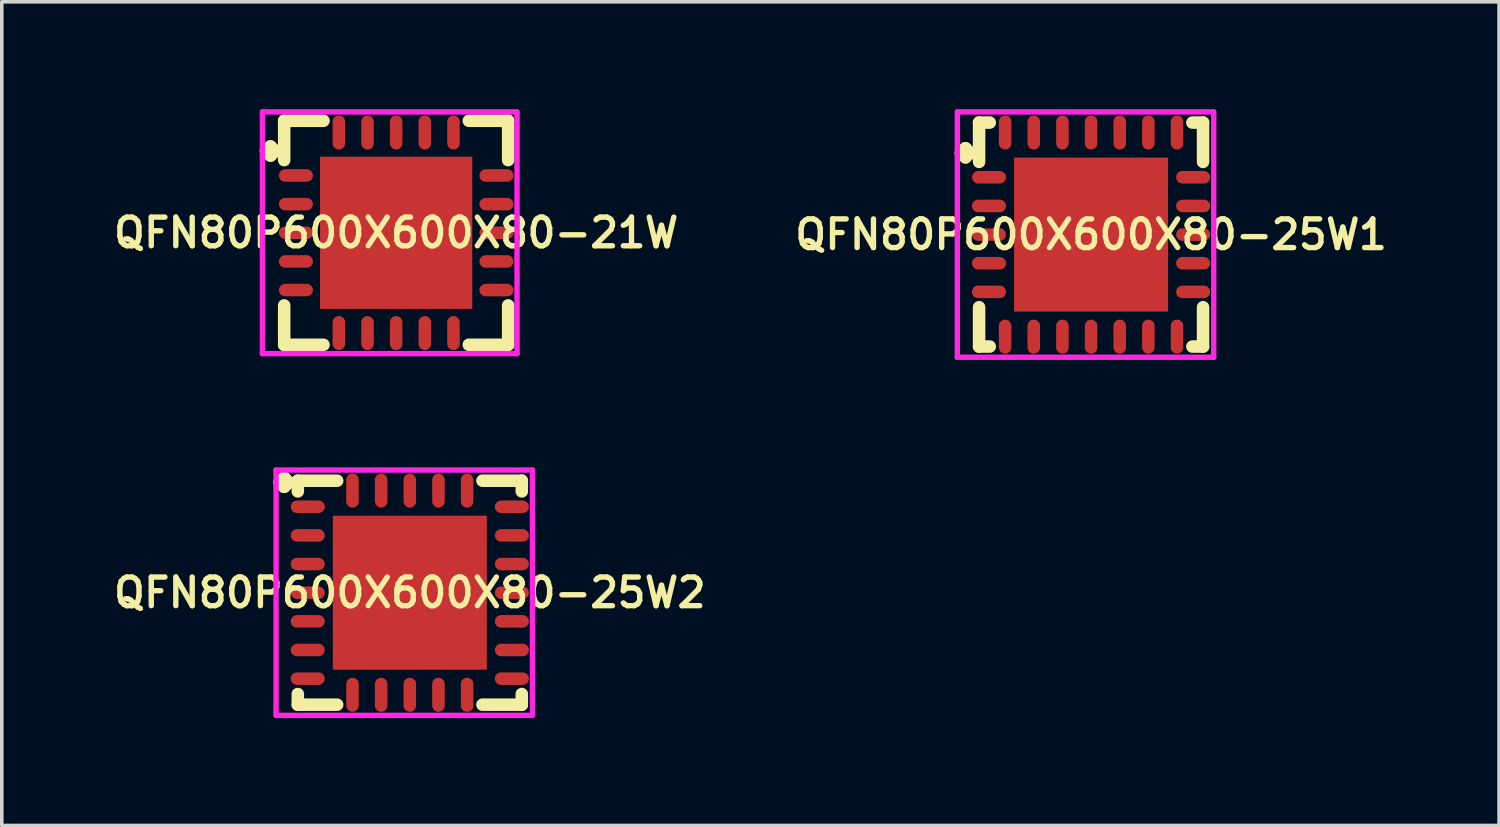
<source format=kicad_pcb>
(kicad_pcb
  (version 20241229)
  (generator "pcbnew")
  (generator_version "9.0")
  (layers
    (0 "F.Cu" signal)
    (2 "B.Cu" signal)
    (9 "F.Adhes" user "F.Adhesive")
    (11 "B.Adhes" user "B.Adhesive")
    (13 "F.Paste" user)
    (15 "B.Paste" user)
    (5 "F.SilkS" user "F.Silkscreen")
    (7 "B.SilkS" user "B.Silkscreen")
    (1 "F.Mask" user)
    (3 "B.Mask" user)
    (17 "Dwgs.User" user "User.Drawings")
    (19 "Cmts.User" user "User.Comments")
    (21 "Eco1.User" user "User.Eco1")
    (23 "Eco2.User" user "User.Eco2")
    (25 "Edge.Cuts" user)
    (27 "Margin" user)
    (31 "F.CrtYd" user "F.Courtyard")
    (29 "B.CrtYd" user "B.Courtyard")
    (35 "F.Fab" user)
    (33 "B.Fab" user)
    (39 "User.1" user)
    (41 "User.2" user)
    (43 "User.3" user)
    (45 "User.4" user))
  (footprint "QFN80P600X600X80-21W"
    (layer "F.Cu")
    (at 8.012 3.45)
    (property "Reference" "QFN80P600X600X80-21W" (at 0 0 0) (layer "F.SilkS") (effects (font (size 0.8 0.8) (thickness 0.15))))
    (attr smd)
    (fp_line (start -3.635 -2.283) (end -3.508 -2.41) (stroke (width 0.35) (type solid)) (layer "F.SilkS"))
    (fp_line (start -3.508 -2.41) (end -3.381 -2.283) (stroke (width 0.35) (type solid)) (layer "F.SilkS"))
    (fp_line (start -3.508 -2.156) (end -3.635 -2.283) (stroke (width 0.35) (type solid)) (layer "F.SilkS"))
    (fp_line (start -3.381 -2.283) (end -3.508 -2.156) (stroke (width 0.35) (type solid)) (layer "F.SilkS"))
    (fp_line (start -3.127 -3.127) (end -2.029 -3.127) (stroke (width 0.35) (type solid)) (layer "F.SilkS"))
    (fp_line (start -3.127 -2.029) (end -3.127 -3.127) (stroke (width 0.35) (type solid)) (layer "F.SilkS"))
    (fp_line (start -3.127 2.029) (end -3.127 3.127) (stroke (width 0.35) (type solid)) (layer "F.SilkS"))
    (fp_line (start -3.127 3.127) (end -2.029 3.127) (stroke (width 0.35) (type solid)) (layer "F.SilkS"))
    (fp_line (start 2.029 -3.127) (end 3.127 -3.127) (stroke (width 0.35) (type solid)) (layer "F.SilkS"))
    (fp_line (start 2.029 3.127) (end 3.127 3.127) (stroke (width 0.35) (type solid)) (layer "F.SilkS"))
    (fp_line (start 3.127 -3.127) (end 3.127 -2.029) (stroke (width 0.35) (type solid)) (layer "F.SilkS"))
    (fp_line (start 3.127 3.127) (end 3.127 2.029) (stroke (width 0.35) (type solid)) (layer "F.SilkS"))
    (fp_line (start -3.735 -3.375) (end 3.375 -3.375) (stroke (width 0.15) (type solid)) (layer "F.CrtYd"))
    (fp_line (start -3.735 3.375) (end -3.735 -3.375) (stroke (width 0.15) (type solid)) (layer "F.CrtYd"))
    (fp_line (start 3.375 -3.375) (end 3.375 3.375) (stroke (width 0.15) (type solid)) (layer "F.CrtYd"))
    (fp_line (start 3.375 3.375) (end -3.735 3.375) (stroke (width 0.15) (type solid)) (layer "F.CrtYd"))
    (pad "1" smd oval (at -2.8 -1.6) (size 0.95 0.35) (layers "F.Cu" "F.Mask" "F.Paste"))
    (pad "2" smd oval (at -2.8 -0.8) (size 0.95 0.35) (layers "F.Cu" "F.Mask" "F.Paste"))
    (pad "3" smd oval (at -2.8 0) (size 0.95 0.35) (layers "F.Cu" "F.Mask" "F.Paste"))
    (pad "4" smd oval (at -2.8 0.8) (size 0.95 0.35) (layers "F.Cu" "F.Mask" "F.Paste"))
    (pad "5" smd oval (at -2.8 1.6) (size 0.95 0.35) (layers "F.Cu" "F.Mask" "F.Paste"))
    (pad "6" smd oval (at -1.6 2.8) (size 0.35 0.95) (layers "F.Cu" "F.Mask" "F.Paste"))
    (pad "7" smd oval (at -0.8 2.8) (size 0.35 0.95) (layers "F.Cu" "F.Mask" "F.Paste"))
    (pad "8" smd oval (at 0 2.8) (size 0.35 0.95) (layers "F.Cu" "F.Mask" "F.Paste"))
    (pad "9" smd oval (at 0.8 2.8) (size 0.35 0.95) (layers "F.Cu" "F.Mask" "F.Paste"))
    (pad "10" smd oval (at 1.6 2.8) (size 0.35 0.95) (layers "F.Cu" "F.Mask" "F.Paste"))
    (pad "11" smd oval (at 2.8 1.6) (size 0.95 0.35) (layers "F.Cu" "F.Mask" "F.Paste"))
    (pad "12" smd oval (at 2.8 0.8) (size 0.95 0.35) (layers "F.Cu" "F.Mask" "F.Paste"))
    (pad "13" smd oval (at 2.8 0) (size 0.95 0.35) (layers "F.Cu" "F.Mask" "F.Paste"))
    (pad "14" smd oval (at 2.8 -0.8) (size 0.95 0.35) (layers "F.Cu" "F.Mask" "F.Paste"))
    (pad "15" smd oval (at 2.8 -1.6) (size 0.95 0.35) (layers "F.Cu" "F.Mask" "F.Paste"))
    (pad "16" smd oval (at 1.6 -2.8) (size 0.35 0.95) (layers "F.Cu" "F.Mask" "F.Paste"))
    (pad "17" smd oval (at 0.8 -2.8) (size 0.35 0.95) (layers "F.Cu" "F.Mask" "F.Paste"))
    (pad "18" smd oval (at 0 -2.8) (size 0.35 0.95) (layers "F.Cu" "F.Mask" "F.Paste"))
    (pad "19" smd oval (at -0.8 -2.8) (size 0.35 0.95) (layers "F.Cu" "F.Mask" "F.Paste"))
    (pad "20" smd oval (at -1.6 -2.8) (size 0.35 0.95) (layers "F.Cu" "F.Mask" "F.Paste"))
    (pad "21" smd rect (at 0 0) (size 4.25 4.25) (layers "F.Cu" "F.Mask" "F.Paste")))
  (footprint "QFN80P600X600X80-25W1"
    (layer "F.Cu")
    (at 27.416 3.5)
    (property "Reference" "QFN80P600X600X80-25W1" (at 0 0 0) (layer "F.SilkS") (effects (font (size 0.8 0.8) (thickness 0.15))))
    (attr smd)
    (fp_line (start -3.635 -2.283) (end -3.508 -2.41) (stroke (width 0.35) (type solid)) (layer "F.SilkS"))
    (fp_line (start -3.508 -2.41) (end -3.381 -2.283) (stroke (width 0.35) (type solid)) (layer "F.SilkS"))
    (fp_line (start -3.508 -2.156) (end -3.635 -2.283) (stroke (width 0.35) (type solid)) (layer "F.SilkS"))
    (fp_line (start -3.381 -2.283) (end -3.508 -2.156) (stroke (width 0.35) (type solid)) (layer "F.SilkS"))
    (fp_line (start -3.127 -3.127) (end -2.829 -3.127) (stroke (width 0.35) (type solid)) (layer "F.SilkS"))
    (fp_line (start -3.127 -2.029) (end -3.127 -3.127) (stroke (width 0.35) (type solid)) (layer "F.SilkS"))
    (fp_line (start -3.127 2.029) (end -3.127 3.127) (stroke (width 0.35) (type solid)) (layer "F.SilkS"))
    (fp_line (start -3.127 3.127) (end -2.829 3.127) (stroke (width 0.35) (type solid)) (layer "F.SilkS"))
    (fp_line (start 2.829 -3.127) (end 3.127 -3.127) (stroke (width 0.35) (type solid)) (layer "F.SilkS"))
    (fp_line (start 2.829 3.127) (end 3.127 3.127) (stroke (width 0.35) (type solid)) (layer "F.SilkS"))
    (fp_line (start 3.127 -3.127) (end 3.127 -2.029) (stroke (width 0.35) (type solid)) (layer "F.SilkS"))
    (fp_line (start 3.127 3.127) (end 3.127 2.029) (stroke (width 0.35) (type solid)) (layer "F.SilkS"))
    (fp_line (start -3.735 -3.425) (end 3.425 -3.425) (stroke (width 0.15) (type solid)) (layer "F.CrtYd"))
    (fp_line (start -3.735 3.425) (end -3.735 -3.425) (stroke (width 0.15) (type solid)) (layer "F.CrtYd"))
    (fp_line (start 3.425 -3.425) (end 3.425 3.425) (stroke (width 0.15) (type solid)) (layer "F.CrtYd"))
    (fp_line (start 3.425 3.425) (end -3.735 3.425) (stroke (width 0.15) (type solid)) (layer "F.CrtYd"))
    (pad "1" smd oval (at -2.85 -1.6) (size 0.95 0.35) (layers "F.Cu" "F.Mask" "F.Paste"))
    (pad "2" smd oval (at -2.85 -0.8) (size 0.95 0.35) (layers "F.Cu" "F.Mask" "F.Paste"))
    (pad "3" smd oval (at -2.85 0) (size 0.95 0.35) (layers "F.Cu" "F.Mask" "F.Paste"))
    (pad "4" smd oval (at -2.85 0.8) (size 0.95 0.35) (layers "F.Cu" "F.Mask" "F.Paste"))
    (pad "5" smd oval (at -2.85 1.6) (size 0.95 0.35) (layers "F.Cu" "F.Mask" "F.Paste"))
    (pad "6" smd oval (at -2.4 2.85) (size 0.35 0.95) (layers "F.Cu" "F.Mask" "F.Paste"))
    (pad "7" smd oval (at -1.6 2.85) (size 0.35 0.95) (layers "F.Cu" "F.Mask" "F.Paste"))
    (pad "8" smd oval (at -0.8 2.85) (size 0.35 0.95) (layers "F.Cu" "F.Mask" "F.Paste"))
    (pad "9" smd oval (at 0 2.85) (size 0.35 0.95) (layers "F.Cu" "F.Mask" "F.Paste"))
    (pad "10" smd oval (at 0.8 2.85) (size 0.35 0.95) (layers "F.Cu" "F.Mask" "F.Paste"))
    (pad "11" smd oval (at 1.6 2.85) (size 0.35 0.95) (layers "F.Cu" "F.Mask" "F.Paste"))
    (pad "12" smd oval (at 2.4 2.85) (size 0.35 0.95) (layers "F.Cu" "F.Mask" "F.Paste"))
    (pad "13" smd oval (at 2.85 1.6) (size 0.95 0.35) (layers "F.Cu" "F.Mask" "F.Paste"))
    (pad "14" smd oval (at 2.85 0.8) (size 0.95 0.35) (layers "F.Cu" "F.Mask" "F.Paste"))
    (pad "15" smd oval (at 2.85 0) (size 0.95 0.35) (layers "F.Cu" "F.Mask" "F.Paste"))
    (pad "16" smd oval (at 2.85 -0.8) (size 0.95 0.35) (layers "F.Cu" "F.Mask" "F.Paste"))
    (pad "17" smd oval (at 2.85 -1.6) (size 0.95 0.35) (layers "F.Cu" "F.Mask" "F.Paste"))
    (pad "18" smd oval (at 2.4 -2.85) (size 0.35 0.95) (layers "F.Cu" "F.Mask" "F.Paste"))
    (pad "19" smd oval (at 1.6 -2.85) (size 0.35 0.95) (layers "F.Cu" "F.Mask" "F.Paste"))
    (pad "20" smd oval (at 0.8 -2.85) (size 0.35 0.95) (layers "F.Cu" "F.Mask" "F.Paste"))
    (pad "21" smd oval (at 0 -2.85) (size 0.35 0.95) (layers "F.Cu" "F.Mask" "F.Paste"))
    (pad "22" smd oval (at -0.8 -2.85) (size 0.35 0.95) (layers "F.Cu" "F.Mask" "F.Paste"))
    (pad "23" smd oval (at -1.6 -2.85) (size 0.35 0.95) (layers "F.Cu" "F.Mask" "F.Paste"))
    (pad "24" smd oval (at -2.4 -2.85) (size 0.35 0.95) (layers "F.Cu" "F.Mask" "F.Paste"))
    (pad "25" smd rect (at 0 0) (size 4.3 4.3) (layers "F.Cu" "F.Mask" "F.Paste")))
  (footprint "QFN80P600X600X80-25W2"
    (layer "F.Cu")
    (at 8.393 13.5)
    (property "Reference" "QFN80P600X600X80-25W2" (at 0 0 0) (layer "F.SilkS") (effects (font (size 0.8 0.8) (thickness 0.15))))
    (attr smd)
    (fp_line (start -3.635 -3.083) (end -3.508 -3.21) (stroke (width 0.35) (type solid)) (layer "F.SilkS"))
    (fp_line (start -3.508 -3.21) (end -3.381 -3.083) (stroke (width 0.35) (type solid)) (layer "F.SilkS"))
    (fp_line (start -3.508 -2.956) (end -3.635 -3.083) (stroke (width 0.35) (type solid)) (layer "F.SilkS"))
    (fp_line (start -3.381 -3.083) (end -3.508 -2.956) (stroke (width 0.35) (type solid)) (layer "F.SilkS"))
    (fp_line (start -3.127 -3.127) (end -2.029 -3.127) (stroke (width 0.35) (type solid)) (layer "F.SilkS"))
    (fp_line (start -3.127 -2.829) (end -3.127 -3.127) (stroke (width 0.35) (type solid)) (layer "F.SilkS"))
    (fp_line (start -3.127 2.829) (end -3.127 3.127) (stroke (width 0.35) (type solid)) (layer "F.SilkS"))
    (fp_line (start -3.127 3.127) (end -2.029 3.127) (stroke (width 0.35) (type solid)) (layer "F.SilkS"))
    (fp_line (start 2.029 -3.127) (end 3.127 -3.127) (stroke (width 0.35) (type solid)) (layer "F.SilkS"))
    (fp_line (start 2.029 3.127) (end 3.127 3.127) (stroke (width 0.35) (type solid)) (layer "F.SilkS"))
    (fp_line (start 3.127 -3.127) (end 3.127 -2.829) (stroke (width 0.35) (type solid)) (layer "F.SilkS"))
    (fp_line (start 3.127 3.127) (end 3.127 2.829) (stroke (width 0.35) (type solid)) (layer "F.SilkS"))
    (fp_line (start -3.735 -3.425) (end 3.425 -3.425) (stroke (width 0.15) (type solid)) (layer "F.CrtYd"))
    (fp_line (start -3.735 3.425) (end -3.735 -3.425) (stroke (width 0.15) (type solid)) (layer "F.CrtYd"))
    (fp_line (start 3.425 -3.425) (end 3.425 3.425) (stroke (width 0.15) (type solid)) (layer "F.CrtYd"))
    (fp_line (start 3.425 3.425) (end -3.735 3.425) (stroke (width 0.15) (type solid)) (layer "F.CrtYd"))
    (pad "1" smd oval (at -2.85 -2.4) (size 0.95 0.35) (layers "F.Cu" "F.Mask" "F.Paste"))
    (pad "2" smd oval (at -2.85 -1.6) (size 0.95 0.35) (layers "F.Cu" "F.Mask" "F.Paste"))
    (pad "3" smd oval (at -2.85 -0.8) (size 0.95 0.35) (layers "F.Cu" "F.Mask" "F.Paste"))
    (pad "4" smd oval (at -2.85 0) (size 0.95 0.35) (layers "F.Cu" "F.Mask" "F.Paste"))
    (pad "5" smd oval (at -2.85 0.8) (size 0.95 0.35) (layers "F.Cu" "F.Mask" "F.Paste"))
    (pad "6" smd oval (at -2.85 1.6) (size 0.95 0.35) (layers "F.Cu" "F.Mask" "F.Paste"))
    (pad "7" smd oval (at -2.85 2.4) (size 0.95 0.35) (layers "F.Cu" "F.Mask" "F.Paste"))
    (pad "8" smd oval (at -1.6 2.85) (size 0.35 0.95) (layers "F.Cu" "F.Mask" "F.Paste"))
    (pad "9" smd oval (at -0.8 2.85) (size 0.35 0.95) (layers "F.Cu" "F.Mask" "F.Paste"))
    (pad "10" smd oval (at 0 2.85) (size 0.35 0.95) (layers "F.Cu" "F.Mask" "F.Paste"))
    (pad "11" smd oval (at 0.8 2.85) (size 0.35 0.95) (layers "F.Cu" "F.Mask" "F.Paste"))
    (pad "12" smd oval (at 1.6 2.85) (size 0.35 0.95) (layers "F.Cu" "F.Mask" "F.Paste"))
    (pad "13" smd oval (at 2.85 2.4) (size 0.95 0.35) (layers "F.Cu" "F.Mask" "F.Paste"))
    (pad "14" smd oval (at 2.85 1.6) (size 0.95 0.35) (layers "F.Cu" "F.Mask" "F.Paste"))
    (pad "15" smd oval (at 2.85 0.8) (size 0.95 0.35) (layers "F.Cu" "F.Mask" "F.Paste"))
    (pad "16" smd oval (at 2.85 0) (size 0.95 0.35) (layers "F.Cu" "F.Mask" "F.Paste"))
    (pad "17" smd oval (at 2.85 -0.8) (size 0.95 0.35) (layers "F.Cu" "F.Mask" "F.Paste"))
    (pad "18" smd oval (at 2.85 -1.6) (size 0.95 0.35) (layers "F.Cu" "F.Mask" "F.Paste"))
    (pad "19" smd oval (at 2.85 -2.4) (size 0.95 0.35) (layers "F.Cu" "F.Mask" "F.Paste"))
    (pad "20" smd oval (at 1.6 -2.85) (size 0.35 0.95) (layers "F.Cu" "F.Mask" "F.Paste"))
    (pad "21" smd oval (at 0.8 -2.85) (size 0.35 0.95) (layers "F.Cu" "F.Mask" "F.Paste"))
    (pad "22" smd oval (at 0 -2.85) (size 0.35 0.95) (layers "F.Cu" "F.Mask" "F.Paste"))
    (pad "23" smd oval (at -0.8 -2.85) (size 0.35 0.95) (layers "F.Cu" "F.Mask" "F.Paste"))
    (pad "24" smd oval (at -1.6 -2.85) (size 0.35 0.95) (layers "F.Cu" "F.Mask" "F.Paste"))
    (pad "25" smd rect (at 0 0) (size 4.3 4.3) (layers "F.Cu" "F.Mask" "F.Paste")))
  (gr_rect
    (start -3 -3)
    (end 38.809 20)
    (stroke (width 0.1) (type default))
    (fill no)
    (layer "Edge.Cuts")))
</source>
